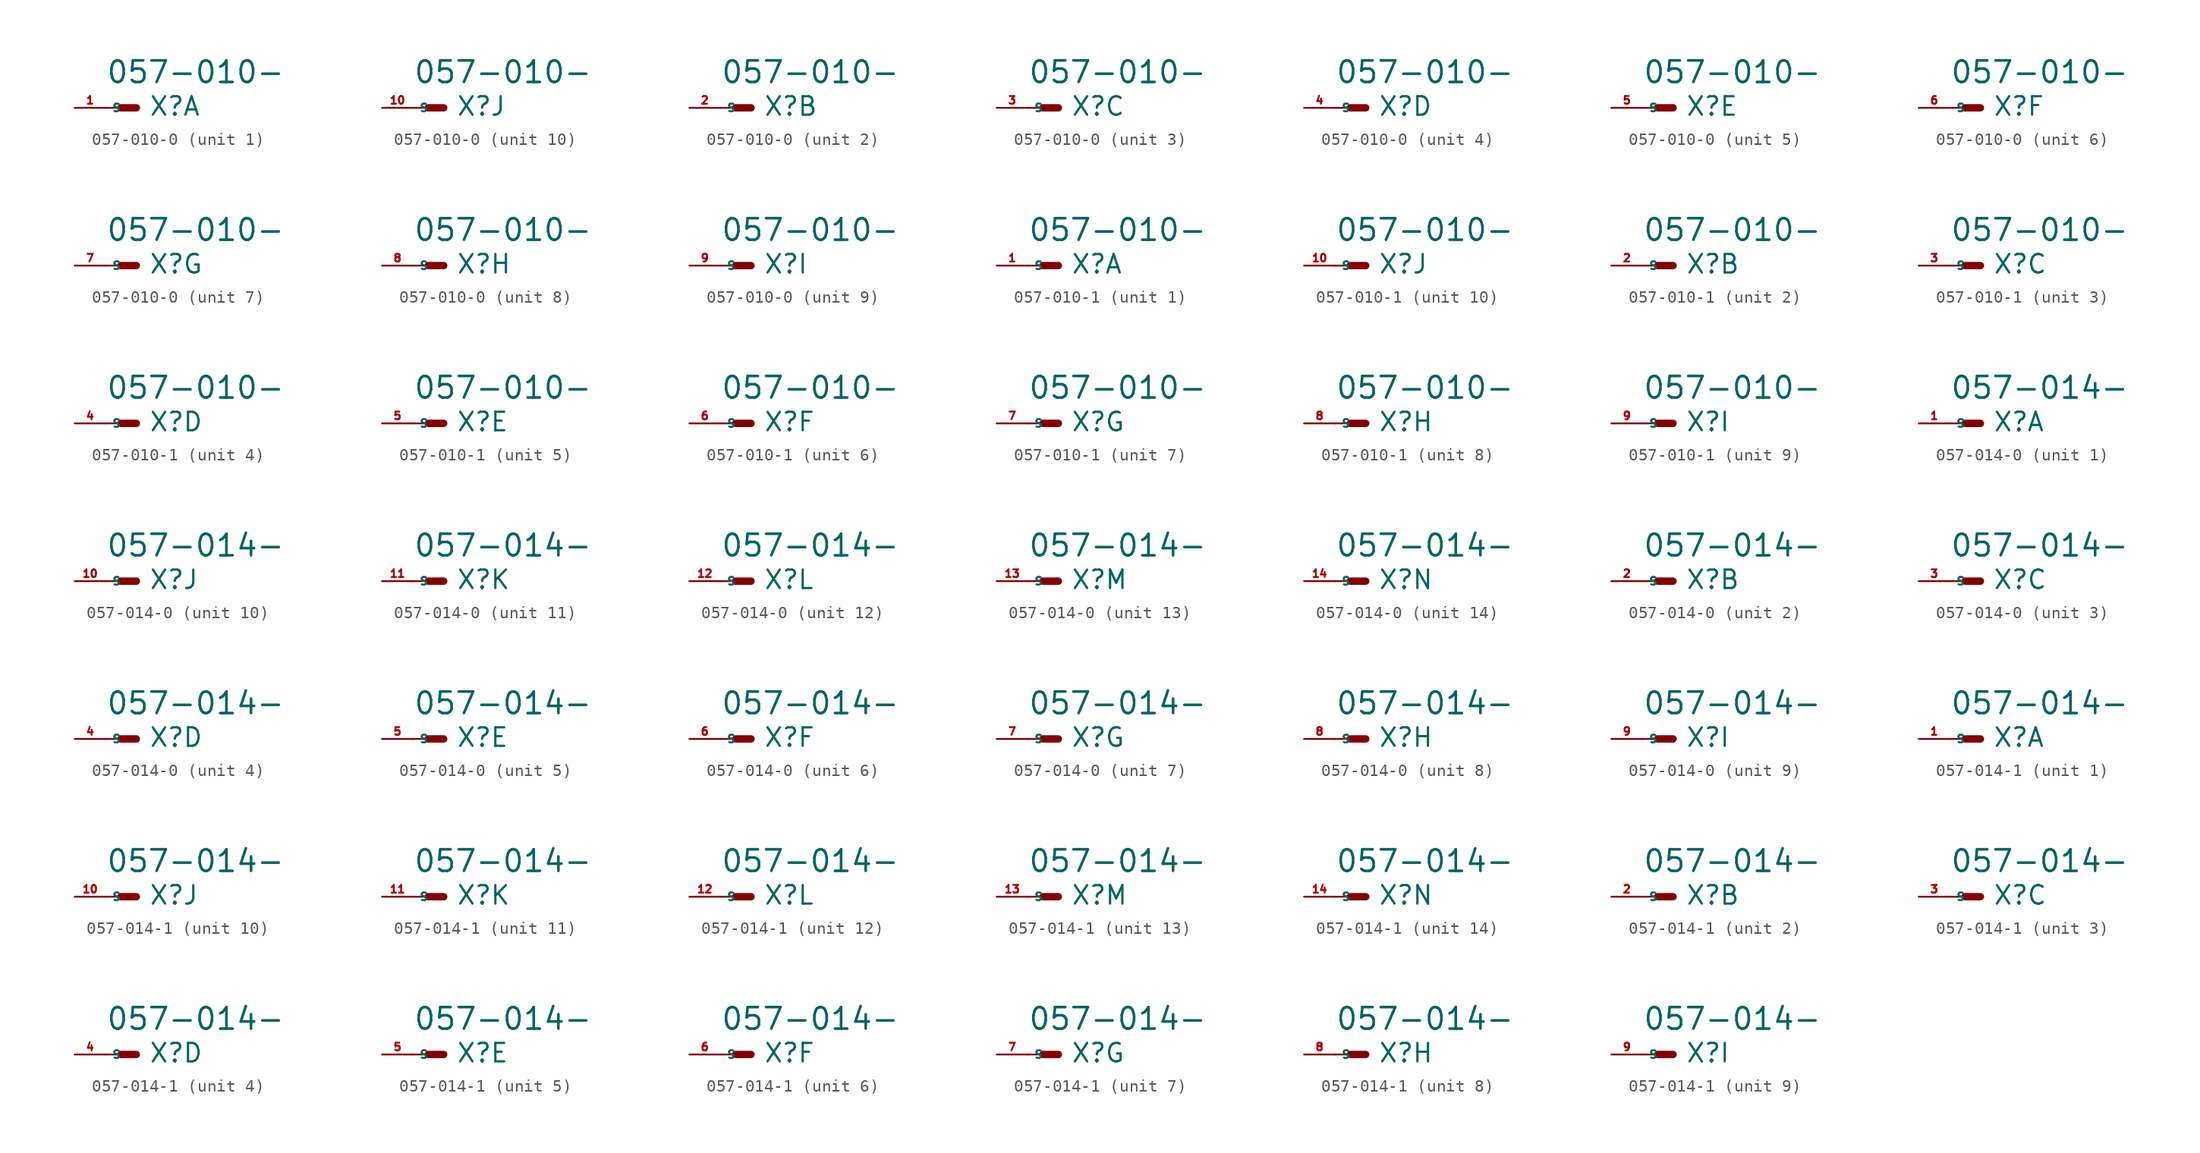
<source format=kicad_sym>
(kicad_symbol_lib
  (version 20220914)
  (generator Eagle2Kicad)
  (symbol "057-010-0"
    (property "Reference" "X"
      (at 1.016 -0.762 0)
      (effects (font (size 1.524 1.524) (thickness 0.19)) (justify left bottom)))
    (property "Value" "057-010-"
      (at -2.54 1.905 0)
      (effects (font (size 1.778 1.778) (thickness 0.22)) (justify left bottom)))
    (symbol "057-010-0_1_0"
      (polyline (pts (xy 0 0) (xy -1.27 0)) (stroke (width 0.61) (type default)) (fill (type none)))
      (polyline (pts (xy -2.54 0) (xy -1.27 0)) (stroke (width 0.152) (type default)) (fill (type none)))
      (pin passive line (at -5.08 0 0) (length 2.54) (name "S" (effects (font (size 0.635 0.635) (thickness 0.08)) (justify left bottom))) (number "1" (effects (font (size 0.635 0.635) (thickness 0.08)) (justify left bottom)))))
    (symbol "057-010-0_2_0"
      (polyline (pts (xy 0 0) (xy -1.27 0)) (stroke (width 0.61) (type default)) (fill (type none)))
      (polyline (pts (xy -2.54 0) (xy -1.27 0)) (stroke (width 0.152) (type default)) (fill (type none)))
      (pin passive line (at -5.08 0 0) (length 2.54) (name "S" (effects (font (size 0.635 0.635) (thickness 0.08)) (justify left bottom))) (number "2" (effects (font (size 0.635 0.635) (thickness 0.08)) (justify left bottom)))))
    (symbol "057-010-0_3_0"
      (polyline (pts (xy 0 0) (xy -1.27 0)) (stroke (width 0.61) (type default)) (fill (type none)))
      (polyline (pts (xy -2.54 0) (xy -1.27 0)) (stroke (width 0.152) (type default)) (fill (type none)))
      (pin passive line (at -5.08 0 0) (length 2.54) (name "S" (effects (font (size 0.635 0.635) (thickness 0.08)) (justify left bottom))) (number "3" (effects (font (size 0.635 0.635) (thickness 0.08)) (justify left bottom)))))
    (symbol "057-010-0_4_0"
      (polyline (pts (xy 0 0) (xy -1.27 0)) (stroke (width 0.61) (type default)) (fill (type none)))
      (polyline (pts (xy -2.54 0) (xy -1.27 0)) (stroke (width 0.152) (type default)) (fill (type none)))
      (pin passive line (at -5.08 0 0) (length 2.54) (name "S" (effects (font (size 0.635 0.635) (thickness 0.08)) (justify left bottom))) (number "4" (effects (font (size 0.635 0.635) (thickness 0.08)) (justify left bottom)))))
    (symbol "057-010-0_5_0"
      (polyline (pts (xy 0 0) (xy -1.27 0)) (stroke (width 0.61) (type default)) (fill (type none)))
      (polyline (pts (xy -2.54 0) (xy -1.27 0)) (stroke (width 0.152) (type default)) (fill (type none)))
      (pin passive line (at -5.08 0 0) (length 2.54) (name "S" (effects (font (size 0.635 0.635) (thickness 0.08)) (justify left bottom))) (number "5" (effects (font (size 0.635 0.635) (thickness 0.08)) (justify left bottom)))))
    (symbol "057-010-0_6_0"
      (polyline (pts (xy 0 0) (xy -1.27 0)) (stroke (width 0.61) (type default)) (fill (type none)))
      (polyline (pts (xy -2.54 0) (xy -1.27 0)) (stroke (width 0.152) (type default)) (fill (type none)))
      (pin passive line (at -5.08 0 0) (length 2.54) (name "S" (effects (font (size 0.635 0.635) (thickness 0.08)) (justify left bottom))) (number "6" (effects (font (size 0.635 0.635) (thickness 0.08)) (justify left bottom)))))
    (symbol "057-010-0_7_0"
      (polyline (pts (xy 0 0) (xy -1.27 0)) (stroke (width 0.61) (type default)) (fill (type none)))
      (polyline (pts (xy -2.54 0) (xy -1.27 0)) (stroke (width 0.152) (type default)) (fill (type none)))
      (pin passive line (at -5.08 0 0) (length 2.54) (name "S" (effects (font (size 0.635 0.635) (thickness 0.08)) (justify left bottom))) (number "7" (effects (font (size 0.635 0.635) (thickness 0.08)) (justify left bottom)))))
    (symbol "057-010-0_8_0"
      (polyline (pts (xy 0 0) (xy -1.27 0)) (stroke (width 0.61) (type default)) (fill (type none)))
      (polyline (pts (xy -2.54 0) (xy -1.27 0)) (stroke (width 0.152) (type default)) (fill (type none)))
      (pin passive line (at -5.08 0 0) (length 2.54) (name "S" (effects (font (size 0.635 0.635) (thickness 0.08)) (justify left bottom))) (number "8" (effects (font (size 0.635 0.635) (thickness 0.08)) (justify left bottom)))))
    (symbol "057-010-0_9_0"
      (polyline (pts (xy 0 0) (xy -1.27 0)) (stroke (width 0.61) (type default)) (fill (type none)))
      (polyline (pts (xy -2.54 0) (xy -1.27 0)) (stroke (width 0.152) (type default)) (fill (type none)))
      (pin passive line (at -5.08 0 0) (length 2.54) (name "S" (effects (font (size 0.635 0.635) (thickness 0.08)) (justify left bottom))) (number "9" (effects (font (size 0.635 0.635) (thickness 0.08)) (justify left bottom)))))
    (symbol "057-010-0_10_0"
      (polyline (pts (xy 0 0) (xy -1.27 0)) (stroke (width 0.61) (type default)) (fill (type none)))
      (polyline (pts (xy -2.54 0) (xy -1.27 0)) (stroke (width 0.152) (type default)) (fill (type none)))
      (pin passive line (at -5.08 0 0) (length 2.54) (name "S" (effects (font (size 0.635 0.635) (thickness 0.08)) (justify left bottom))) (number "10" (effects (font (size 0.635 0.635) (thickness 0.08)) (justify left bottom))))))
  (symbol "057-010-1"
    (property "Reference" "X"
      (at 1.016 -0.762 0)
      (effects (font (size 1.524 1.524) (thickness 0.19)) (justify left bottom)))
    (property "Value" "057-010-"
      (at -2.54 1.905 0)
      (effects (font (size 1.778 1.778) (thickness 0.22)) (justify left bottom)))
    (symbol "057-010-1_1_0"
      (polyline (pts (xy 0 0) (xy -1.27 0)) (stroke (width 0.61) (type default)) (fill (type none)))
      (polyline (pts (xy -2.54 0) (xy -1.27 0)) (stroke (width 0.152) (type default)) (fill (type none)))
      (pin passive line (at -5.08 0 0) (length 2.54) (name "S" (effects (font (size 0.635 0.635) (thickness 0.08)) (justify left bottom))) (number "1" (effects (font (size 0.635 0.635) (thickness 0.08)) (justify left bottom)))))
    (symbol "057-010-1_2_0"
      (polyline (pts (xy 0 0) (xy -1.27 0)) (stroke (width 0.61) (type default)) (fill (type none)))
      (polyline (pts (xy -2.54 0) (xy -1.27 0)) (stroke (width 0.152) (type default)) (fill (type none)))
      (pin passive line (at -5.08 0 0) (length 2.54) (name "S" (effects (font (size 0.635 0.635) (thickness 0.08)) (justify left bottom))) (number "2" (effects (font (size 0.635 0.635) (thickness 0.08)) (justify left bottom)))))
    (symbol "057-010-1_3_0"
      (polyline (pts (xy 0 0) (xy -1.27 0)) (stroke (width 0.61) (type default)) (fill (type none)))
      (polyline (pts (xy -2.54 0) (xy -1.27 0)) (stroke (width 0.152) (type default)) (fill (type none)))
      (pin passive line (at -5.08 0 0) (length 2.54) (name "S" (effects (font (size 0.635 0.635) (thickness 0.08)) (justify left bottom))) (number "3" (effects (font (size 0.635 0.635) (thickness 0.08)) (justify left bottom)))))
    (symbol "057-010-1_4_0"
      (polyline (pts (xy 0 0) (xy -1.27 0)) (stroke (width 0.61) (type default)) (fill (type none)))
      (polyline (pts (xy -2.54 0) (xy -1.27 0)) (stroke (width 0.152) (type default)) (fill (type none)))
      (pin passive line (at -5.08 0 0) (length 2.54) (name "S" (effects (font (size 0.635 0.635) (thickness 0.08)) (justify left bottom))) (number "4" (effects (font (size 0.635 0.635) (thickness 0.08)) (justify left bottom)))))
    (symbol "057-010-1_5_0"
      (polyline (pts (xy 0 0) (xy -1.27 0)) (stroke (width 0.61) (type default)) (fill (type none)))
      (polyline (pts (xy -2.54 0) (xy -1.27 0)) (stroke (width 0.152) (type default)) (fill (type none)))
      (pin passive line (at -5.08 0 0) (length 2.54) (name "S" (effects (font (size 0.635 0.635) (thickness 0.08)) (justify left bottom))) (number "5" (effects (font (size 0.635 0.635) (thickness 0.08)) (justify left bottom)))))
    (symbol "057-010-1_6_0"
      (polyline (pts (xy 0 0) (xy -1.27 0)) (stroke (width 0.61) (type default)) (fill (type none)))
      (polyline (pts (xy -2.54 0) (xy -1.27 0)) (stroke (width 0.152) (type default)) (fill (type none)))
      (pin passive line (at -5.08 0 0) (length 2.54) (name "S" (effects (font (size 0.635 0.635) (thickness 0.08)) (justify left bottom))) (number "6" (effects (font (size 0.635 0.635) (thickness 0.08)) (justify left bottom)))))
    (symbol "057-010-1_7_0"
      (polyline (pts (xy 0 0) (xy -1.27 0)) (stroke (width 0.61) (type default)) (fill (type none)))
      (polyline (pts (xy -2.54 0) (xy -1.27 0)) (stroke (width 0.152) (type default)) (fill (type none)))
      (pin passive line (at -5.08 0 0) (length 2.54) (name "S" (effects (font (size 0.635 0.635) (thickness 0.08)) (justify left bottom))) (number "7" (effects (font (size 0.635 0.635) (thickness 0.08)) (justify left bottom)))))
    (symbol "057-010-1_8_0"
      (polyline (pts (xy 0 0) (xy -1.27 0)) (stroke (width 0.61) (type default)) (fill (type none)))
      (polyline (pts (xy -2.54 0) (xy -1.27 0)) (stroke (width 0.152) (type default)) (fill (type none)))
      (pin passive line (at -5.08 0 0) (length 2.54) (name "S" (effects (font (size 0.635 0.635) (thickness 0.08)) (justify left bottom))) (number "8" (effects (font (size 0.635 0.635) (thickness 0.08)) (justify left bottom)))))
    (symbol "057-010-1_9_0"
      (polyline (pts (xy 0 0) (xy -1.27 0)) (stroke (width 0.61) (type default)) (fill (type none)))
      (polyline (pts (xy -2.54 0) (xy -1.27 0)) (stroke (width 0.152) (type default)) (fill (type none)))
      (pin passive line (at -5.08 0 0) (length 2.54) (name "S" (effects (font (size 0.635 0.635) (thickness 0.08)) (justify left bottom))) (number "9" (effects (font (size 0.635 0.635) (thickness 0.08)) (justify left bottom)))))
    (symbol "057-010-1_10_0"
      (polyline (pts (xy 0 0) (xy -1.27 0)) (stroke (width 0.61) (type default)) (fill (type none)))
      (polyline (pts (xy -2.54 0) (xy -1.27 0)) (stroke (width 0.152) (type default)) (fill (type none)))
      (pin passive line (at -5.08 0 0) (length 2.54) (name "S" (effects (font (size 0.635 0.635) (thickness 0.08)) (justify left bottom))) (number "10" (effects (font (size 0.635 0.635) (thickness 0.08)) (justify left bottom))))))
  (symbol "057-014-0"
    (property "Reference" "X"
      (at 1.016 -0.762 0)
      (effects (font (size 1.524 1.524) (thickness 0.19)) (justify left bottom)))
    (property "Value" "057-014-"
      (at -2.54 1.905 0)
      (effects (font (size 1.778 1.778) (thickness 0.22)) (justify left bottom)))
    (symbol "057-014-0_1_0"
      (polyline (pts (xy 0 0) (xy -1.27 0)) (stroke (width 0.61) (type default)) (fill (type none)))
      (polyline (pts (xy -2.54 0) (xy -1.27 0)) (stroke (width 0.152) (type default)) (fill (type none)))
      (pin passive line (at -5.08 0 0) (length 2.54) (name "S" (effects (font (size 0.635 0.635) (thickness 0.08)) (justify left bottom))) (number "1" (effects (font (size 0.635 0.635) (thickness 0.08)) (justify left bottom)))))
    (symbol "057-014-0_2_0"
      (polyline (pts (xy 0 0) (xy -1.27 0)) (stroke (width 0.61) (type default)) (fill (type none)))
      (polyline (pts (xy -2.54 0) (xy -1.27 0)) (stroke (width 0.152) (type default)) (fill (type none)))
      (pin passive line (at -5.08 0 0) (length 2.54) (name "S" (effects (font (size 0.635 0.635) (thickness 0.08)) (justify left bottom))) (number "2" (effects (font (size 0.635 0.635) (thickness 0.08)) (justify left bottom)))))
    (symbol "057-014-0_3_0"
      (polyline (pts (xy 0 0) (xy -1.27 0)) (stroke (width 0.61) (type default)) (fill (type none)))
      (polyline (pts (xy -2.54 0) (xy -1.27 0)) (stroke (width 0.152) (type default)) (fill (type none)))
      (pin passive line (at -5.08 0 0) (length 2.54) (name "S" (effects (font (size 0.635 0.635) (thickness 0.08)) (justify left bottom))) (number "3" (effects (font (size 0.635 0.635) (thickness 0.08)) (justify left bottom)))))
    (symbol "057-014-0_4_0"
      (polyline (pts (xy 0 0) (xy -1.27 0)) (stroke (width 0.61) (type default)) (fill (type none)))
      (polyline (pts (xy -2.54 0) (xy -1.27 0)) (stroke (width 0.152) (type default)) (fill (type none)))
      (pin passive line (at -5.08 0 0) (length 2.54) (name "S" (effects (font (size 0.635 0.635) (thickness 0.08)) (justify left bottom))) (number "4" (effects (font (size 0.635 0.635) (thickness 0.08)) (justify left bottom)))))
    (symbol "057-014-0_5_0"
      (polyline (pts (xy 0 0) (xy -1.27 0)) (stroke (width 0.61) (type default)) (fill (type none)))
      (polyline (pts (xy -2.54 0) (xy -1.27 0)) (stroke (width 0.152) (type default)) (fill (type none)))
      (pin passive line (at -5.08 0 0) (length 2.54) (name "S" (effects (font (size 0.635 0.635) (thickness 0.08)) (justify left bottom))) (number "5" (effects (font (size 0.635 0.635) (thickness 0.08)) (justify left bottom)))))
    (symbol "057-014-0_6_0"
      (polyline (pts (xy 0 0) (xy -1.27 0)) (stroke (width 0.61) (type default)) (fill (type none)))
      (polyline (pts (xy -2.54 0) (xy -1.27 0)) (stroke (width 0.152) (type default)) (fill (type none)))
      (pin passive line (at -5.08 0 0) (length 2.54) (name "S" (effects (font (size 0.635 0.635) (thickness 0.08)) (justify left bottom))) (number "6" (effects (font (size 0.635 0.635) (thickness 0.08)) (justify left bottom)))))
    (symbol "057-014-0_7_0"
      (polyline (pts (xy 0 0) (xy -1.27 0)) (stroke (width 0.61) (type default)) (fill (type none)))
      (polyline (pts (xy -2.54 0) (xy -1.27 0)) (stroke (width 0.152) (type default)) (fill (type none)))
      (pin passive line (at -5.08 0 0) (length 2.54) (name "S" (effects (font (size 0.635 0.635) (thickness 0.08)) (justify left bottom))) (number "7" (effects (font (size 0.635 0.635) (thickness 0.08)) (justify left bottom)))))
    (symbol "057-014-0_8_0"
      (polyline (pts (xy 0 0) (xy -1.27 0)) (stroke (width 0.61) (type default)) (fill (type none)))
      (polyline (pts (xy -2.54 0) (xy -1.27 0)) (stroke (width 0.152) (type default)) (fill (type none)))
      (pin passive line (at -5.08 0 0) (length 2.54) (name "S" (effects (font (size 0.635 0.635) (thickness 0.08)) (justify left bottom))) (number "8" (effects (font (size 0.635 0.635) (thickness 0.08)) (justify left bottom)))))
    (symbol "057-014-0_9_0"
      (polyline (pts (xy 0 0) (xy -1.27 0)) (stroke (width 0.61) (type default)) (fill (type none)))
      (polyline (pts (xy -2.54 0) (xy -1.27 0)) (stroke (width 0.152) (type default)) (fill (type none)))
      (pin passive line (at -5.08 0 0) (length 2.54) (name "S" (effects (font (size 0.635 0.635) (thickness 0.08)) (justify left bottom))) (number "9" (effects (font (size 0.635 0.635) (thickness 0.08)) (justify left bottom)))))
    (symbol "057-014-0_10_0"
      (polyline (pts (xy 0 0) (xy -1.27 0)) (stroke (width 0.61) (type default)) (fill (type none)))
      (polyline (pts (xy -2.54 0) (xy -1.27 0)) (stroke (width 0.152) (type default)) (fill (type none)))
      (pin passive line (at -5.08 0 0) (length 2.54) (name "S" (effects (font (size 0.635 0.635) (thickness 0.08)) (justify left bottom))) (number "10" (effects (font (size 0.635 0.635) (thickness 0.08)) (justify left bottom)))))
    (symbol "057-014-0_11_0"
      (polyline (pts (xy 0 0) (xy -1.27 0)) (stroke (width 0.61) (type default)) (fill (type none)))
      (polyline (pts (xy -2.54 0) (xy -1.27 0)) (stroke (width 0.152) (type default)) (fill (type none)))
      (pin passive line (at -5.08 0 0) (length 2.54) (name "S" (effects (font (size 0.635 0.635) (thickness 0.08)) (justify left bottom))) (number "11" (effects (font (size 0.635 0.635) (thickness 0.08)) (justify left bottom)))))
    (symbol "057-014-0_12_0"
      (polyline (pts (xy 0 0) (xy -1.27 0)) (stroke (width 0.61) (type default)) (fill (type none)))
      (polyline (pts (xy -2.54 0) (xy -1.27 0)) (stroke (width 0.152) (type default)) (fill (type none)))
      (pin passive line (at -5.08 0 0) (length 2.54) (name "S" (effects (font (size 0.635 0.635) (thickness 0.08)) (justify left bottom))) (number "12" (effects (font (size 0.635 0.635) (thickness 0.08)) (justify left bottom)))))
    (symbol "057-014-0_13_0"
      (polyline (pts (xy 0 0) (xy -1.27 0)) (stroke (width 0.61) (type default)) (fill (type none)))
      (polyline (pts (xy -2.54 0) (xy -1.27 0)) (stroke (width 0.152) (type default)) (fill (type none)))
      (pin passive line (at -5.08 0 0) (length 2.54) (name "S" (effects (font (size 0.635 0.635) (thickness 0.08)) (justify left bottom))) (number "13" (effects (font (size 0.635 0.635) (thickness 0.08)) (justify left bottom)))))
    (symbol "057-014-0_14_0"
      (polyline (pts (xy 0 0) (xy -1.27 0)) (stroke (width 0.61) (type default)) (fill (type none)))
      (polyline (pts (xy -2.54 0) (xy -1.27 0)) (stroke (width 0.152) (type default)) (fill (type none)))
      (pin passive line (at -5.08 0 0) (length 2.54) (name "S" (effects (font (size 0.635 0.635) (thickness 0.08)) (justify left bottom))) (number "14" (effects (font (size 0.635 0.635) (thickness 0.08)) (justify left bottom))))))
  (symbol "057-014-1"
    (property "Reference" "X"
      (at 1.016 -0.762 0)
      (effects (font (size 1.524 1.524) (thickness 0.19)) (justify left bottom)))
    (property "Value" "057-014-"
      (at -2.54 1.905 0)
      (effects (font (size 1.778 1.778) (thickness 0.22)) (justify left bottom)))
    (symbol "057-014-1_1_0"
      (polyline (pts (xy 0 0) (xy -1.27 0)) (stroke (width 0.61) (type default)) (fill (type none)))
      (polyline (pts (xy -2.54 0) (xy -1.27 0)) (stroke (width 0.152) (type default)) (fill (type none)))
      (pin passive line (at -5.08 0 0) (length 2.54) (name "S" (effects (font (size 0.635 0.635) (thickness 0.08)) (justify left bottom))) (number "1" (effects (font (size 0.635 0.635) (thickness 0.08)) (justify left bottom)))))
    (symbol "057-014-1_2_0"
      (polyline (pts (xy 0 0) (xy -1.27 0)) (stroke (width 0.61) (type default)) (fill (type none)))
      (polyline (pts (xy -2.54 0) (xy -1.27 0)) (stroke (width 0.152) (type default)) (fill (type none)))
      (pin passive line (at -5.08 0 0) (length 2.54) (name "S" (effects (font (size 0.635 0.635) (thickness 0.08)) (justify left bottom))) (number "2" (effects (font (size 0.635 0.635) (thickness 0.08)) (justify left bottom)))))
    (symbol "057-014-1_3_0"
      (polyline (pts (xy 0 0) (xy -1.27 0)) (stroke (width 0.61) (type default)) (fill (type none)))
      (polyline (pts (xy -2.54 0) (xy -1.27 0)) (stroke (width 0.152) (type default)) (fill (type none)))
      (pin passive line (at -5.08 0 0) (length 2.54) (name "S" (effects (font (size 0.635 0.635) (thickness 0.08)) (justify left bottom))) (number "3" (effects (font (size 0.635 0.635) (thickness 0.08)) (justify left bottom)))))
    (symbol "057-014-1_4_0"
      (polyline (pts (xy 0 0) (xy -1.27 0)) (stroke (width 0.61) (type default)) (fill (type none)))
      (polyline (pts (xy -2.54 0) (xy -1.27 0)) (stroke (width 0.152) (type default)) (fill (type none)))
      (pin passive line (at -5.08 0 0) (length 2.54) (name "S" (effects (font (size 0.635 0.635) (thickness 0.08)) (justify left bottom))) (number "4" (effects (font (size 0.635 0.635) (thickness 0.08)) (justify left bottom)))))
    (symbol "057-014-1_5_0"
      (polyline (pts (xy 0 0) (xy -1.27 0)) (stroke (width 0.61) (type default)) (fill (type none)))
      (polyline (pts (xy -2.54 0) (xy -1.27 0)) (stroke (width 0.152) (type default)) (fill (type none)))
      (pin passive line (at -5.08 0 0) (length 2.54) (name "S" (effects (font (size 0.635 0.635) (thickness 0.08)) (justify left bottom))) (number "5" (effects (font (size 0.635 0.635) (thickness 0.08)) (justify left bottom)))))
    (symbol "057-014-1_6_0"
      (polyline (pts (xy 0 0) (xy -1.27 0)) (stroke (width 0.61) (type default)) (fill (type none)))
      (polyline (pts (xy -2.54 0) (xy -1.27 0)) (stroke (width 0.152) (type default)) (fill (type none)))
      (pin passive line (at -5.08 0 0) (length 2.54) (name "S" (effects (font (size 0.635 0.635) (thickness 0.08)) (justify left bottom))) (number "6" (effects (font (size 0.635 0.635) (thickness 0.08)) (justify left bottom)))))
    (symbol "057-014-1_7_0"
      (polyline (pts (xy 0 0) (xy -1.27 0)) (stroke (width 0.61) (type default)) (fill (type none)))
      (polyline (pts (xy -2.54 0) (xy -1.27 0)) (stroke (width 0.152) (type default)) (fill (type none)))
      (pin passive line (at -5.08 0 0) (length 2.54) (name "S" (effects (font (size 0.635 0.635) (thickness 0.08)) (justify left bottom))) (number "7" (effects (font (size 0.635 0.635) (thickness 0.08)) (justify left bottom)))))
    (symbol "057-014-1_8_0"
      (polyline (pts (xy 0 0) (xy -1.27 0)) (stroke (width 0.61) (type default)) (fill (type none)))
      (polyline (pts (xy -2.54 0) (xy -1.27 0)) (stroke (width 0.152) (type default)) (fill (type none)))
      (pin passive line (at -5.08 0 0) (length 2.54) (name "S" (effects (font (size 0.635 0.635) (thickness 0.08)) (justify left bottom))) (number "8" (effects (font (size 0.635 0.635) (thickness 0.08)) (justify left bottom)))))
    (symbol "057-014-1_9_0"
      (polyline (pts (xy 0 0) (xy -1.27 0)) (stroke (width 0.61) (type default)) (fill (type none)))
      (polyline (pts (xy -2.54 0) (xy -1.27 0)) (stroke (width 0.152) (type default)) (fill (type none)))
      (pin passive line (at -5.08 0 0) (length 2.54) (name "S" (effects (font (size 0.635 0.635) (thickness 0.08)) (justify left bottom))) (number "9" (effects (font (size 0.635 0.635) (thickness 0.08)) (justify left bottom)))))
    (symbol "057-014-1_10_0"
      (polyline (pts (xy 0 0) (xy -1.27 0)) (stroke (width 0.61) (type default)) (fill (type none)))
      (polyline (pts (xy -2.54 0) (xy -1.27 0)) (stroke (width 0.152) (type default)) (fill (type none)))
      (pin passive line (at -5.08 0 0) (length 2.54) (name "S" (effects (font (size 0.635 0.635) (thickness 0.08)) (justify left bottom))) (number "10" (effects (font (size 0.635 0.635) (thickness 0.08)) (justify left bottom)))))
    (symbol "057-014-1_11_0"
      (polyline (pts (xy 0 0) (xy -1.27 0)) (stroke (width 0.61) (type default)) (fill (type none)))
      (polyline (pts (xy -2.54 0) (xy -1.27 0)) (stroke (width 0.152) (type default)) (fill (type none)))
      (pin passive line (at -5.08 0 0) (length 2.54) (name "S" (effects (font (size 0.635 0.635) (thickness 0.08)) (justify left bottom))) (number "11" (effects (font (size 0.635 0.635) (thickness 0.08)) (justify left bottom)))))
    (symbol "057-014-1_12_0"
      (polyline (pts (xy 0 0) (xy -1.27 0)) (stroke (width 0.61) (type default)) (fill (type none)))
      (polyline (pts (xy -2.54 0) (xy -1.27 0)) (stroke (width 0.152) (type default)) (fill (type none)))
      (pin passive line (at -5.08 0 0) (length 2.54) (name "S" (effects (font (size 0.635 0.635) (thickness 0.08)) (justify left bottom))) (number "12" (effects (font (size 0.635 0.635) (thickness 0.08)) (justify left bottom)))))
    (symbol "057-014-1_13_0"
      (polyline (pts (xy 0 0) (xy -1.27 0)) (stroke (width 0.61) (type default)) (fill (type none)))
      (polyline (pts (xy -2.54 0) (xy -1.27 0)) (stroke (width 0.152) (type default)) (fill (type none)))
      (pin passive line (at -5.08 0 0) (length 2.54) (name "S" (effects (font (size 0.635 0.635) (thickness 0.08)) (justify left bottom))) (number "13" (effects (font (size 0.635 0.635) (thickness 0.08)) (justify left bottom)))))
    (symbol "057-014-1_14_0"
      (polyline (pts (xy 0 0) (xy -1.27 0)) (stroke (width 0.61) (type default)) (fill (type none)))
      (polyline (pts (xy -2.54 0) (xy -1.27 0)) (stroke (width 0.152) (type default)) (fill (type none)))
      (pin passive line (at -5.08 0 0) (length 2.54) (name "S" (effects (font (size 0.635 0.635) (thickness 0.08)) (justify left bottom))) (number "14" (effects (font (size 0.635 0.635) (thickness 0.08)) (justify left bottom)))))))
</source>
